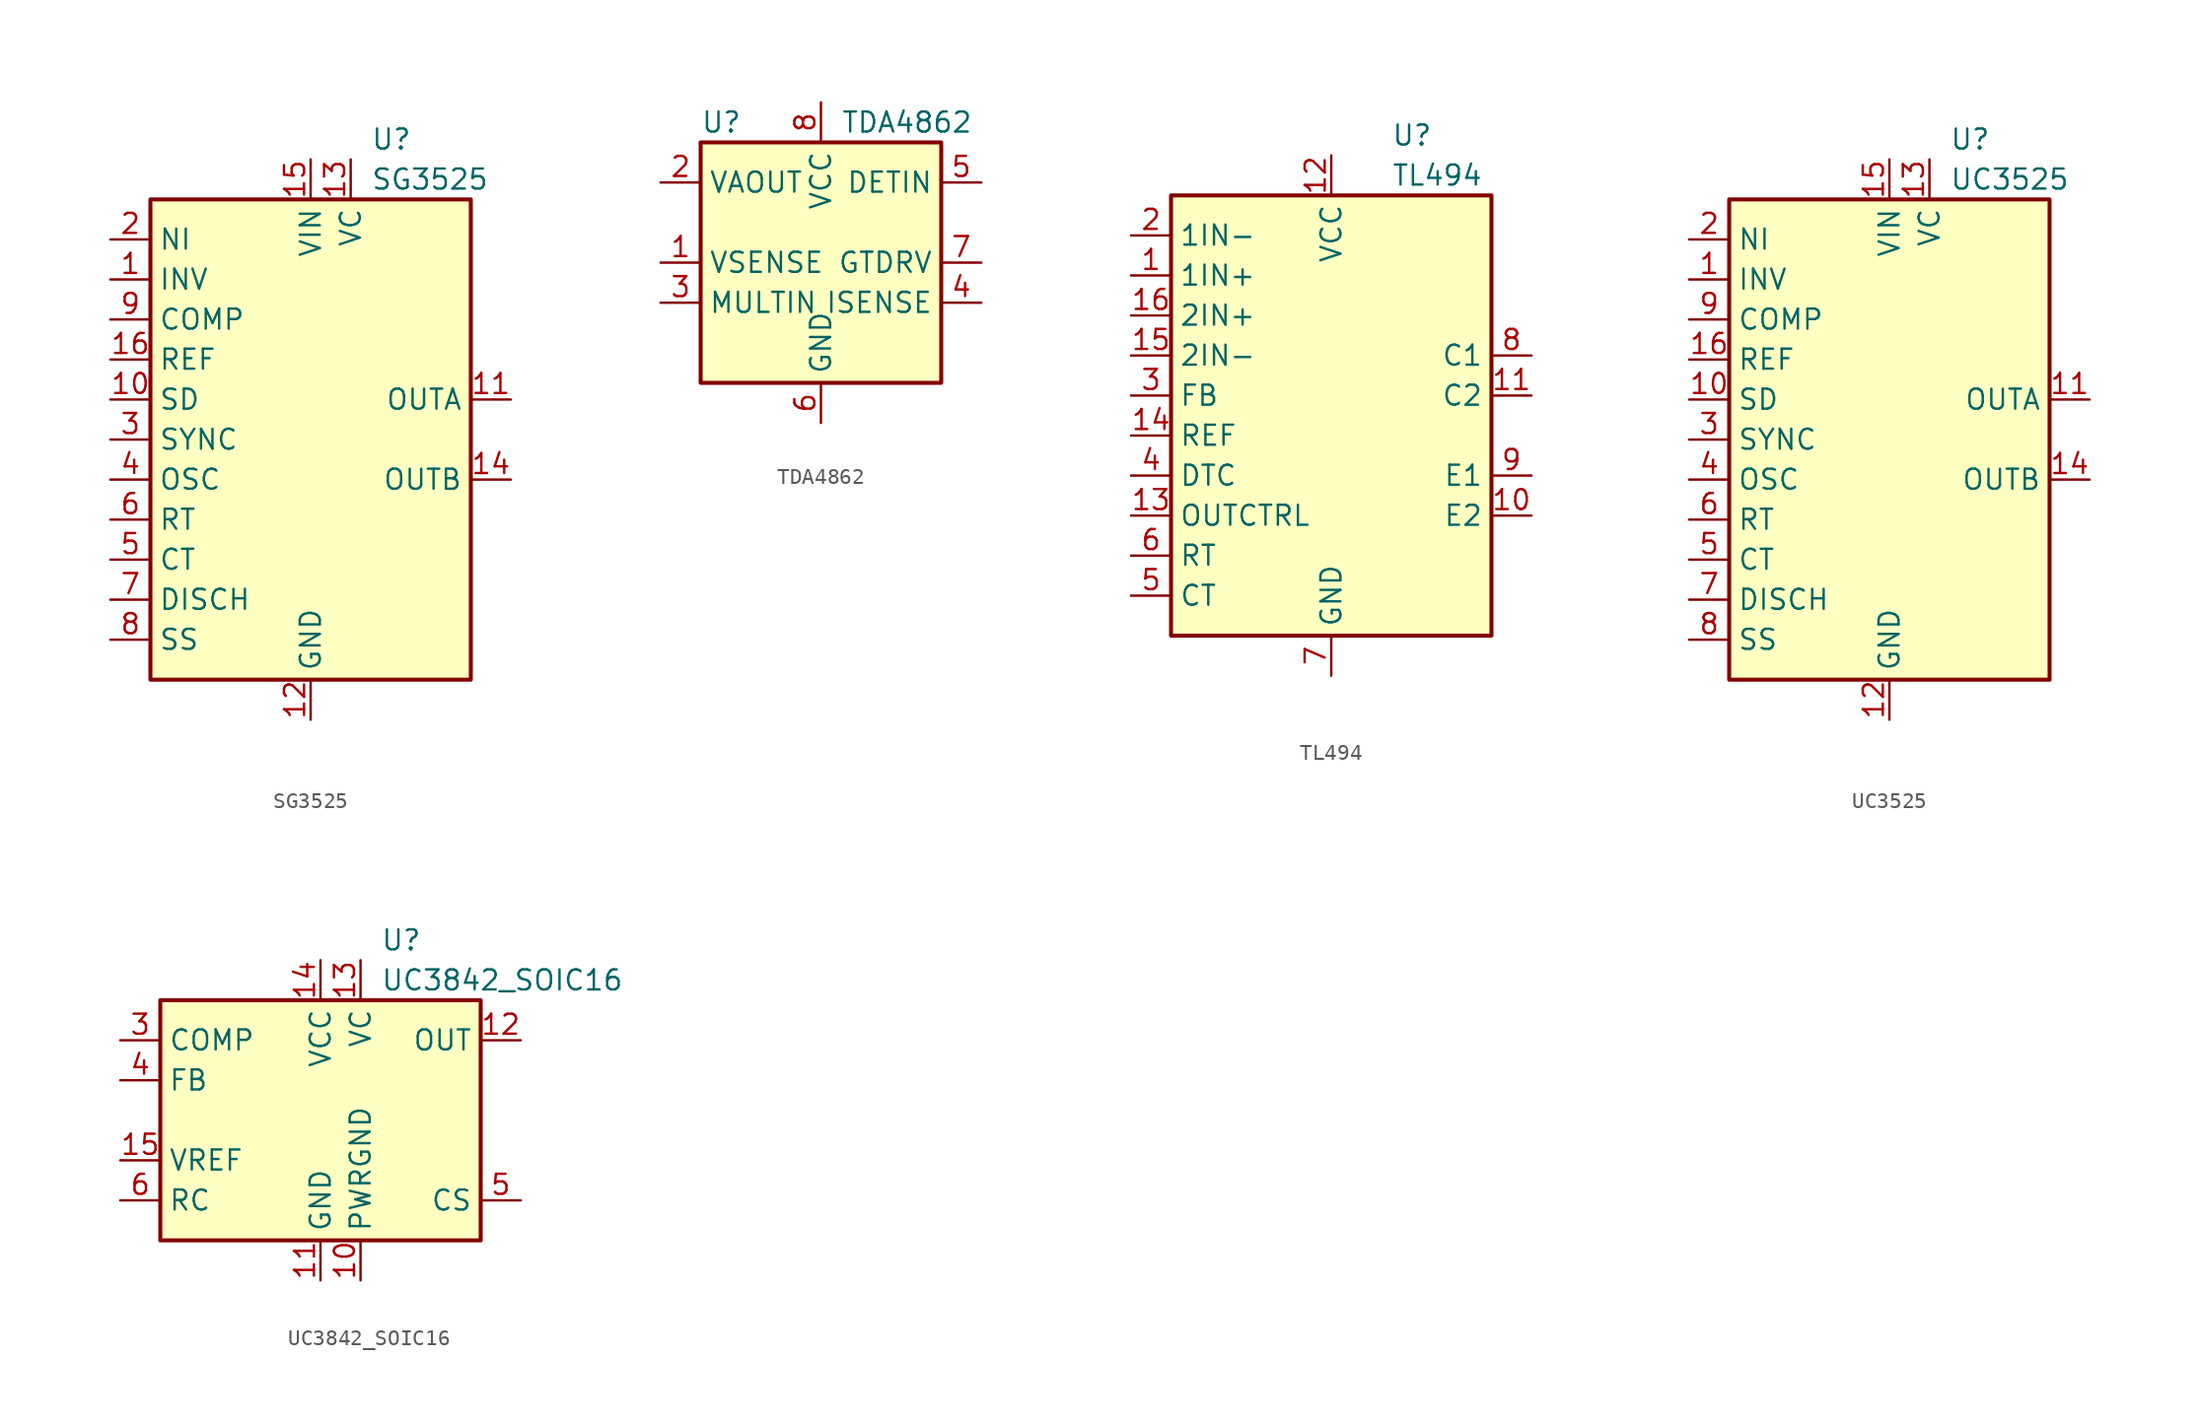
<source format=kicad_sym>
(kicad_symbol_lib
  (version 20200908)
  (generator kicad_symbol_editor)
  (symbol "Regulator_Controller:SG3525"
    (property "Reference" "U"
      (at 3.81 19.05 0)
      (effects (font (size 1.27 1.27)) (justify left)))
    (property "Value" "SG3525"
      (at 3.81 16.51 0)
      (effects (font (size 1.27 1.27)) (justify left)))
    (symbol "SG3525_0_1"
      (rectangle (start -10.16 -15.24) (end 10.16 15.24) (stroke (width 0.254)) (fill (type background))))
    (symbol "SG3525_1_1"
      (pin input line (at -12.7 10.16 0) (length 2.54) (name "INV" (effects (font (size 1.27 1.27)))) (number "1" (effects (font (size 1.27 1.27)))))
      (pin passive line (at -12.7 2.54 0) (length 2.54) (name "SD" (effects (font (size 1.27 1.27)))) (number "10" (effects (font (size 1.27 1.27)))))
      (pin output line (at 12.7 2.54 180) (length 2.54) (name "OUTA" (effects (font (size 1.27 1.27)))) (number "11" (effects (font (size 1.27 1.27)))))
      (pin power_in line (at 0 -17.78 90) (length 2.54) (name "GND" (effects (font (size 1.27 1.27)))) (number "12" (effects (font (size 1.27 1.27)))))
      (pin power_in line (at 2.54 17.78 270) (length 2.54) (name "VC" (effects (font (size 1.27 1.27)))) (number "13" (effects (font (size 1.27 1.27)))))
      (pin output line (at 12.7 -2.54 180) (length 2.54) (name "OUTB" (effects (font (size 1.27 1.27)))) (number "14" (effects (font (size 1.27 1.27)))))
      (pin power_in line (at 0 17.78 270) (length 2.54) (name "VIN" (effects (font (size 1.27 1.27)))) (number "15" (effects (font (size 1.27 1.27)))))
      (pin power_in line (at -12.7 5.08 0) (length 2.54) (name "REF" (effects (font (size 1.27 1.27)))) (number "16" (effects (font (size 1.27 1.27)))))
      (pin input line (at -12.7 12.7 0) (length 2.54) (name "NI" (effects (font (size 1.27 1.27)))) (number "2" (effects (font (size 1.27 1.27)))))
      (pin passive line (at -12.7 0 0) (length 2.54) (name "SYNC" (effects (font (size 1.27 1.27)))) (number "3" (effects (font (size 1.27 1.27)))))
      (pin output line (at -12.7 -2.54 0) (length 2.54) (name "OSC" (effects (font (size 1.27 1.27)))) (number "4" (effects (font (size 1.27 1.27)))))
      (pin passive line (at -12.7 -7.62 0) (length 2.54) (name "CT" (effects (font (size 1.27 1.27)))) (number "5" (effects (font (size 1.27 1.27)))))
      (pin passive line (at -12.7 -5.08 0) (length 2.54) (name "RT" (effects (font (size 1.27 1.27)))) (number "6" (effects (font (size 1.27 1.27)))))
      (pin open_collector line (at -12.7 -10.16 0) (length 2.54) (name "DISCH" (effects (font (size 1.27 1.27)))) (number "7" (effects (font (size 1.27 1.27)))))
      (pin passive line (at -12.7 -12.7 0) (length 2.54) (name "SS" (effects (font (size 1.27 1.27)))) (number "8" (effects (font (size 1.27 1.27)))))
      (pin passive line (at -12.7 7.62 0) (length 2.54) (name "COMP" (effects (font (size 1.27 1.27)))) (number "9" (effects (font (size 1.27 1.27)))))))
  (symbol "Regulator_Controller:TDA4862"
    (property "Reference" "U"
      (at -7.62 8.89 0)
      (effects (font (size 1.27 1.27)) (justify left)))
    (property "Value" "TDA4862"
      (at 1.27 8.89 0)
      (effects (font (size 1.27 1.27)) (justify left)))
    (symbol "TDA4862_0_0"
      (rectangle (start -7.62 7.62) (end 7.62 -7.62) (stroke (width 0.254)) (fill (type background))))
    (symbol "TDA4862_1_1"
      (pin input line (at -10.16 0 0) (length 2.54) (name "VSENSE" (effects (font (size 1.27 1.27)))) (number "1" (effects (font (size 1.27 1.27)))))
      (pin output line (at -10.16 5.08 0) (length 2.54) (name "VAOUT" (effects (font (size 1.27 1.27)))) (number "2" (effects (font (size 1.27 1.27)))))
      (pin input line (at -10.16 -2.54 0) (length 2.54) (name "MULTIN" (effects (font (size 1.27 1.27)))) (number "3" (effects (font (size 1.27 1.27)))))
      (pin input line (at 10.16 -2.54 180) (length 2.54) (name "ISENSE" (effects (font (size 1.27 1.27)))) (number "4" (effects (font (size 1.27 1.27)))))
      (pin passive line (at 10.16 5.08 180) (length 2.54) (name "DETIN" (effects (font (size 1.27 1.27)))) (number "5" (effects (font (size 1.27 1.27)))))
      (pin power_in line (at 0 -10.16 90) (length 2.54) (name "GND" (effects (font (size 1.27 1.27)))) (number "6" (effects (font (size 1.27 1.27)))))
      (pin output line (at 10.16 0 180) (length 2.54) (name "GTDRV" (effects (font (size 1.27 1.27)))) (number "7" (effects (font (size 1.27 1.27)))))
      (pin power_in line (at 0 10.16 270) (length 2.54) (name "VCC" (effects (font (size 1.27 1.27)))) (number "8" (effects (font (size 1.27 1.27)))))))
  (symbol "Regulator_Controller:TL494"
    (property "Reference" "U"
      (at 3.81 19.05 0)
      (effects (font (size 1.27 1.27)) (justify left)))
    (property "Value" "TL494"
      (at 3.81 16.51 0)
      (effects (font (size 1.27 1.27)) (justify left)))
    (symbol "TL494_0_1"
      (rectangle (start -10.16 -12.7) (end 10.16 15.24) (stroke (width 0.254)) (fill (type background))))
    (symbol "TL494_1_1"
      (pin input line (at -12.7 10.16 0) (length 2.54) (name "1IN+" (effects (font (size 1.27 1.27)))) (number "1" (effects (font (size 1.27 1.27)))))
      (pin passive line (at 12.7 -5.08 180) (length 2.54) (name "E2" (effects (font (size 1.27 1.27)))) (number "10" (effects (font (size 1.27 1.27)))))
      (pin passive line (at 12.7 2.54 180) (length 2.54) (name "C2" (effects (font (size 1.27 1.27)))) (number "11" (effects (font (size 1.27 1.27)))))
      (pin power_in line (at 0 17.78 270) (length 2.54) (name "VCC" (effects (font (size 1.27 1.27)))) (number "12" (effects (font (size 1.27 1.27)))))
      (pin input line (at -12.7 -5.08 0) (length 2.54) (name "OUTCTRL" (effects (font (size 1.27 1.27)))) (number "13" (effects (font (size 1.27 1.27)))))
      (pin power_out line (at -12.7 0 0) (length 2.54) (name "REF" (effects (font (size 1.27 1.27)))) (number "14" (effects (font (size 1.27 1.27)))))
      (pin input line (at -12.7 5.08 0) (length 2.54) (name "2IN-" (effects (font (size 1.27 1.27)))) (number "15" (effects (font (size 1.27 1.27)))))
      (pin input line (at -12.7 7.62 0) (length 2.54) (name "2IN+" (effects (font (size 1.27 1.27)))) (number "16" (effects (font (size 1.27 1.27)))))
      (pin input line (at -12.7 12.7 0) (length 2.54) (name "1IN-" (effects (font (size 1.27 1.27)))) (number "2" (effects (font (size 1.27 1.27)))))
      (pin output line (at -12.7 2.54 0) (length 2.54) (name "FB" (effects (font (size 1.27 1.27)))) (number "3" (effects (font (size 1.27 1.27)))))
      (pin input line (at -12.7 -2.54 0) (length 2.54) (name "DTC" (effects (font (size 1.27 1.27)))) (number "4" (effects (font (size 1.27 1.27)))))
      (pin passive line (at -12.7 -10.16 0) (length 2.54) (name "CT" (effects (font (size 1.27 1.27)))) (number "5" (effects (font (size 1.27 1.27)))))
      (pin passive line (at -12.7 -7.62 0) (length 2.54) (name "RT" (effects (font (size 1.27 1.27)))) (number "6" (effects (font (size 1.27 1.27)))))
      (pin power_in line (at 0 -15.24 90) (length 2.54) (name "GND" (effects (font (size 1.27 1.27)))) (number "7" (effects (font (size 1.27 1.27)))))
      (pin passive line (at 12.7 5.08 180) (length 2.54) (name "C1" (effects (font (size 1.27 1.27)))) (number "8" (effects (font (size 1.27 1.27)))))
      (pin passive line (at 12.7 -2.54 180) (length 2.54) (name "E1" (effects (font (size 1.27 1.27)))) (number "9" (effects (font (size 1.27 1.27)))))))
  (symbol "Regulator_Controller:UC3525"
    (property "Reference" "U"
      (at 3.81 19.05 0)
      (effects (font (size 1.27 1.27)) (justify left)))
    (property "Value" "UC3525"
      (at 3.81 16.51 0)
      (effects (font (size 1.27 1.27)) (justify left)))
    (symbol "UC3525_0_1"
      (rectangle (start -10.16 -15.24) (end 10.16 15.24) (stroke (width 0.254)) (fill (type background))))
    (symbol "UC3525_1_1"
      (pin input line (at -12.7 10.16 0) (length 2.54) (name "INV" (effects (font (size 1.27 1.27)))) (number "1" (effects (font (size 1.27 1.27)))))
      (pin passive line (at -12.7 2.54 0) (length 2.54) (name "SD" (effects (font (size 1.27 1.27)))) (number "10" (effects (font (size 1.27 1.27)))))
      (pin output line (at 12.7 2.54 180) (length 2.54) (name "OUTA" (effects (font (size 1.27 1.27)))) (number "11" (effects (font (size 1.27 1.27)))))
      (pin power_in line (at 0 -17.78 90) (length 2.54) (name "GND" (effects (font (size 1.27 1.27)))) (number "12" (effects (font (size 1.27 1.27)))))
      (pin power_in line (at 2.54 17.78 270) (length 2.54) (name "VC" (effects (font (size 1.27 1.27)))) (number "13" (effects (font (size 1.27 1.27)))))
      (pin output line (at 12.7 -2.54 180) (length 2.54) (name "OUTB" (effects (font (size 1.27 1.27)))) (number "14" (effects (font (size 1.27 1.27)))))
      (pin power_in line (at 0 17.78 270) (length 2.54) (name "VIN" (effects (font (size 1.27 1.27)))) (number "15" (effects (font (size 1.27 1.27)))))
      (pin power_in line (at -12.7 5.08 0) (length 2.54) (name "REF" (effects (font (size 1.27 1.27)))) (number "16" (effects (font (size 1.27 1.27)))))
      (pin input line (at -12.7 12.7 0) (length 2.54) (name "NI" (effects (font (size 1.27 1.27)))) (number "2" (effects (font (size 1.27 1.27)))))
      (pin passive line (at -12.7 0 0) (length 2.54) (name "SYNC" (effects (font (size 1.27 1.27)))) (number "3" (effects (font (size 1.27 1.27)))))
      (pin output line (at -12.7 -2.54 0) (length 2.54) (name "OSC" (effects (font (size 1.27 1.27)))) (number "4" (effects (font (size 1.27 1.27)))))
      (pin passive line (at -12.7 -7.62 0) (length 2.54) (name "CT" (effects (font (size 1.27 1.27)))) (number "5" (effects (font (size 1.27 1.27)))))
      (pin passive line (at -12.7 -5.08 0) (length 2.54) (name "RT" (effects (font (size 1.27 1.27)))) (number "6" (effects (font (size 1.27 1.27)))))
      (pin open_collector line (at -12.7 -10.16 0) (length 2.54) (name "DISCH" (effects (font (size 1.27 1.27)))) (number "7" (effects (font (size 1.27 1.27)))))
      (pin passive line (at -12.7 -12.7 0) (length 2.54) (name "SS" (effects (font (size 1.27 1.27)))) (number "8" (effects (font (size 1.27 1.27)))))
      (pin passive line (at -12.7 7.62 0) (length 2.54) (name "COMP" (effects (font (size 1.27 1.27)))) (number "9" (effects (font (size 1.27 1.27)))))))
  (symbol "Regulator_Controller:UC3842_SOIC16"
    (property "Reference" "U"
      (at 3.81 11.43 0)
      (effects (font (size 1.27 1.27)) (justify left)))
    (property "Value" "UC3842_SOIC16"
      (at 3.81 8.89 0)
      (effects (font (size 1.27 1.27)) (justify left)))
    (symbol "UC3842_SOIC16_0_1"
      (rectangle (start -10.16 -7.62) (end 10.16 7.62) (stroke (width 0.254)) (fill (type background))))
    (symbol "UC3842_SOIC16_1_1"
      (pin unconnected line (at -10.16 -7.62 90) (length 2.54) hide (name "NC" (effects (font (size 1.27 1.27)))) (number "1" (effects (font (size 1.27 1.27)))))
      (pin power_in line (at 2.54 -10.16 90) (length 2.54) (name "PWRGND" (effects (font (size 1.27 1.27)))) (number "10" (effects (font (size 1.27 1.27)))))
      (pin power_in line (at 0 -10.16 90) (length 2.54) (name "GND" (effects (font (size 1.27 1.27)))) (number "11" (effects (font (size 1.27 1.27)))))
      (pin output line (at 12.7 5.08 180) (length 2.54) (name "OUT" (effects (font (size 1.27 1.27)))) (number "12" (effects (font (size 1.27 1.27)))))
      (pin power_in line (at 2.54 10.16 270) (length 2.54) (name "VC" (effects (font (size 1.27 1.27)))) (number "13" (effects (font (size 1.27 1.27)))))
      (pin power_in line (at 0 10.16 270) (length 2.54) (name "VCC" (effects (font (size 1.27 1.27)))) (number "14" (effects (font (size 1.27 1.27)))))
      (pin power_out line (at -12.7 -2.54 0) (length 2.54) (name "VREF" (effects (font (size 1.27 1.27)))) (number "15" (effects (font (size 1.27 1.27)))))
      (pin unconnected line (at 7.62 -7.62 90) (length 2.54) hide (name "NC" (effects (font (size 1.27 1.27)))) (number "16" (effects (font (size 1.27 1.27)))))
      (pin unconnected line (at -7.62 -7.62 90) (length 2.54) hide (name "NC" (effects (font (size 1.27 1.27)))) (number "2" (effects (font (size 1.27 1.27)))))
      (pin passive line (at -12.7 5.08 0) (length 2.54) (name "COMP" (effects (font (size 1.27 1.27)))) (number "3" (effects (font (size 1.27 1.27)))))
      (pin input line (at -12.7 2.54 0) (length 2.54) (name "FB" (effects (font (size 1.27 1.27)))) (number "4" (effects (font (size 1.27 1.27)))))
      (pin input line (at 12.7 -5.08 180) (length 2.54) (name "CS" (effects (font (size 1.27 1.27)))) (number "5" (effects (font (size 1.27 1.27)))))
      (pin passive line (at -12.7 -5.08 0) (length 2.54) (name "RC" (effects (font (size 1.27 1.27)))) (number "6" (effects (font (size 1.27 1.27)))))
      (pin unconnected line (at -5.08 -7.62 90) (length 2.54) hide (name "NC" (effects (font (size 1.27 1.27)))) (number "7" (effects (font (size 1.27 1.27)))))
      (pin unconnected line (at -2.54 -7.62 90) (length 2.54) hide (name "NC" (effects (font (size 1.27 1.27)))) (number "8" (effects (font (size 1.27 1.27)))))
      (pin unconnected line (at 5.08 -7.62 90) (length 2.54) hide (name "NC" (effects (font (size 1.27 1.27)))) (number "9" (effects (font (size 1.27 1.27))))))))
</source>
